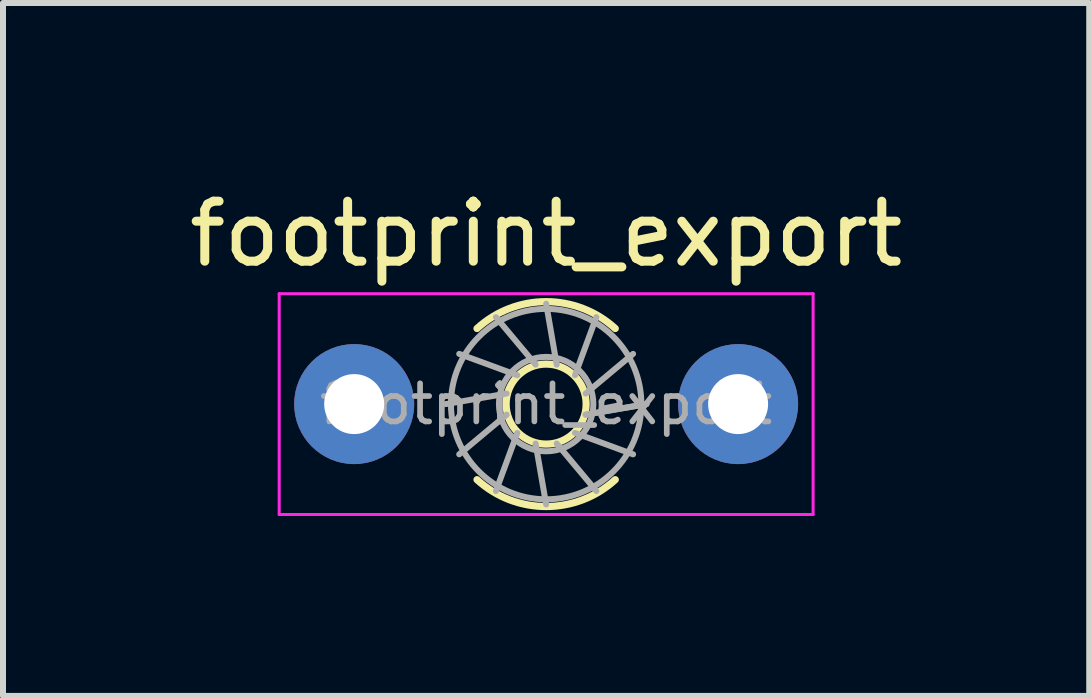
<source format=kicad_pcb>
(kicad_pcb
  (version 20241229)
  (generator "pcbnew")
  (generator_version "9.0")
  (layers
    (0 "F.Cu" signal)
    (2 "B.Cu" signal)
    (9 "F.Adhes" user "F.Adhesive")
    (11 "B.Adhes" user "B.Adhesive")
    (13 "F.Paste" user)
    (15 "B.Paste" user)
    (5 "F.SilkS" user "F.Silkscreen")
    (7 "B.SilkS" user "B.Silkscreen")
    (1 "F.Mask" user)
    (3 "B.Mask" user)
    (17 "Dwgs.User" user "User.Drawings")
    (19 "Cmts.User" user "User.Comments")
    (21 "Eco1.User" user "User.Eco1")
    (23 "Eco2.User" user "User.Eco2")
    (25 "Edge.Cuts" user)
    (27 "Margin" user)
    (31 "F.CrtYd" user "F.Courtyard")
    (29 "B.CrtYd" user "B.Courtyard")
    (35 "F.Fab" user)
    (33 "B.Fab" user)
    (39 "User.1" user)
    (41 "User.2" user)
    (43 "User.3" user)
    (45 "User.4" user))
  (footprint "footprint_export"
    (layer "F.Cu")
    (at 2.854 3.686)
    (property "Reference" "footprint_export" (at 3.2 -2.837 0) (layer "F.SilkS") (effects (font (size 1 1) (thickness 0.15))))
    (attr through_hole)
    (fp_arc (start 2.04763 -1.26) (mid 3.2 -1.7075) (end 4.35237 -1.26) (stroke (width 0.12) (type solid)) (layer "F.SilkS"))
    (fp_arc (start 4.35237 1.26) (mid 3.2 1.7075) (end 2.04763 1.26) (stroke (width 0.12) (type solid)) (layer "F.SilkS"))
    (fp_circle (center 3.2 0) (end 3.867 0) (stroke (width 0.12) (type solid)) (fill no) (layer "F.SilkS"))
    (fp_line (start -1.25 -1.84) (end -1.25 1.84) (stroke (width 0.05) (type solid)) (layer "F.CrtYd"))
    (fp_line (start -1.25 1.84) (end 7.65 1.84) (stroke (width 0.05) (type solid)) (layer "F.CrtYd"))
    (fp_line (start 7.65 -1.84) (end -1.25 -1.84) (stroke (width 0.05) (type solid)) (layer "F.CrtYd"))
    (fp_line (start 7.65 1.84) (end 7.65 -1.84) (stroke (width 0.05) (type solid)) (layer "F.CrtYd"))
    (fp_line (start 1.527 0.000155) (end 2.542 -0.176) (stroke (width 0.1) (type solid)) (layer "F.Fab"))
    (fp_line (start 1.751 -0.837) (end 2.719 -0.481) (stroke (width 0.1) (type solid)) (layer "F.Fab"))
    (fp_line (start 1.751 0.837) (end 2.542 0.176) (stroke (width 0.1) (type solid)) (layer "F.Fab"))
    (fp_line (start 2.363 -1.449) (end 3.024 -0.658) (stroke (width 0.1) (type solid)) (layer "F.Fab"))
    (fp_line (start 2.363 1.449) (end 2.719 0.481) (stroke (width 0.1) (type solid)) (layer "F.Fab"))
    (fp_line (start 3.2 -1.673) (end 3.376 -0.658) (stroke (width 0.1) (type solid)) (layer "F.Fab"))
    (fp_line (start 3.2 1.673) (end 3.024 0.658) (stroke (width 0.1) (type solid)) (layer "F.Fab"))
    (fp_line (start 4.036 -1.449) (end 3.681 -0.481) (stroke (width 0.1) (type solid)) (layer "F.Fab"))
    (fp_line (start 4.037 1.449) (end 3.376 0.658) (stroke (width 0.1) (type solid)) (layer "F.Fab"))
    (fp_line (start 4.649 -0.837) (end 3.858 -0.176) (stroke (width 0.1) (type solid)) (layer "F.Fab"))
    (fp_line (start 4.649 0.837) (end 3.681 0.481) (stroke (width 0.1) (type solid)) (layer "F.Fab"))
    (fp_line (start 4.873 -0.00031) (end 3.858 0.176) (stroke (width 0.1) (type solid)) (layer "F.Fab"))
    (fp_line (start 4.873 0) (end 3.858 0.176) (stroke (width 0.1) (type solid)) (layer "F.Fab"))
    (fp_circle (center 3.2 0) (end 3.987 0) (stroke (width 0.1) (type solid)) (fill no) (layer "F.Fab"))
    (fp_circle (center 3.2 0) (end 4.787 0) (stroke (width 0.1) (type solid)) (fill no) (layer "F.Fab"))
    (fp_text user "${REFERENCE}" (at 3.2 0 0) (layer "F.Fab") (effects (font (size 0.635 0.635) (thickness 0.095))))
    (pad "1" thru_hole circle (at 0 0) (size 2 2) (drill 1) (layers "*.Cu" "*.Mask"))
    (pad "2" thru_hole circle (at 6.4 0) (size 2 2) (drill 1) (layers "*.Cu" "*.Mask")))
  (gr_rect
    (start -3 -3)
    (end 15.107 8.551)
    (stroke (width 0.1) (type default))
    (fill no)
    (layer "Edge.Cuts")))
</source>
